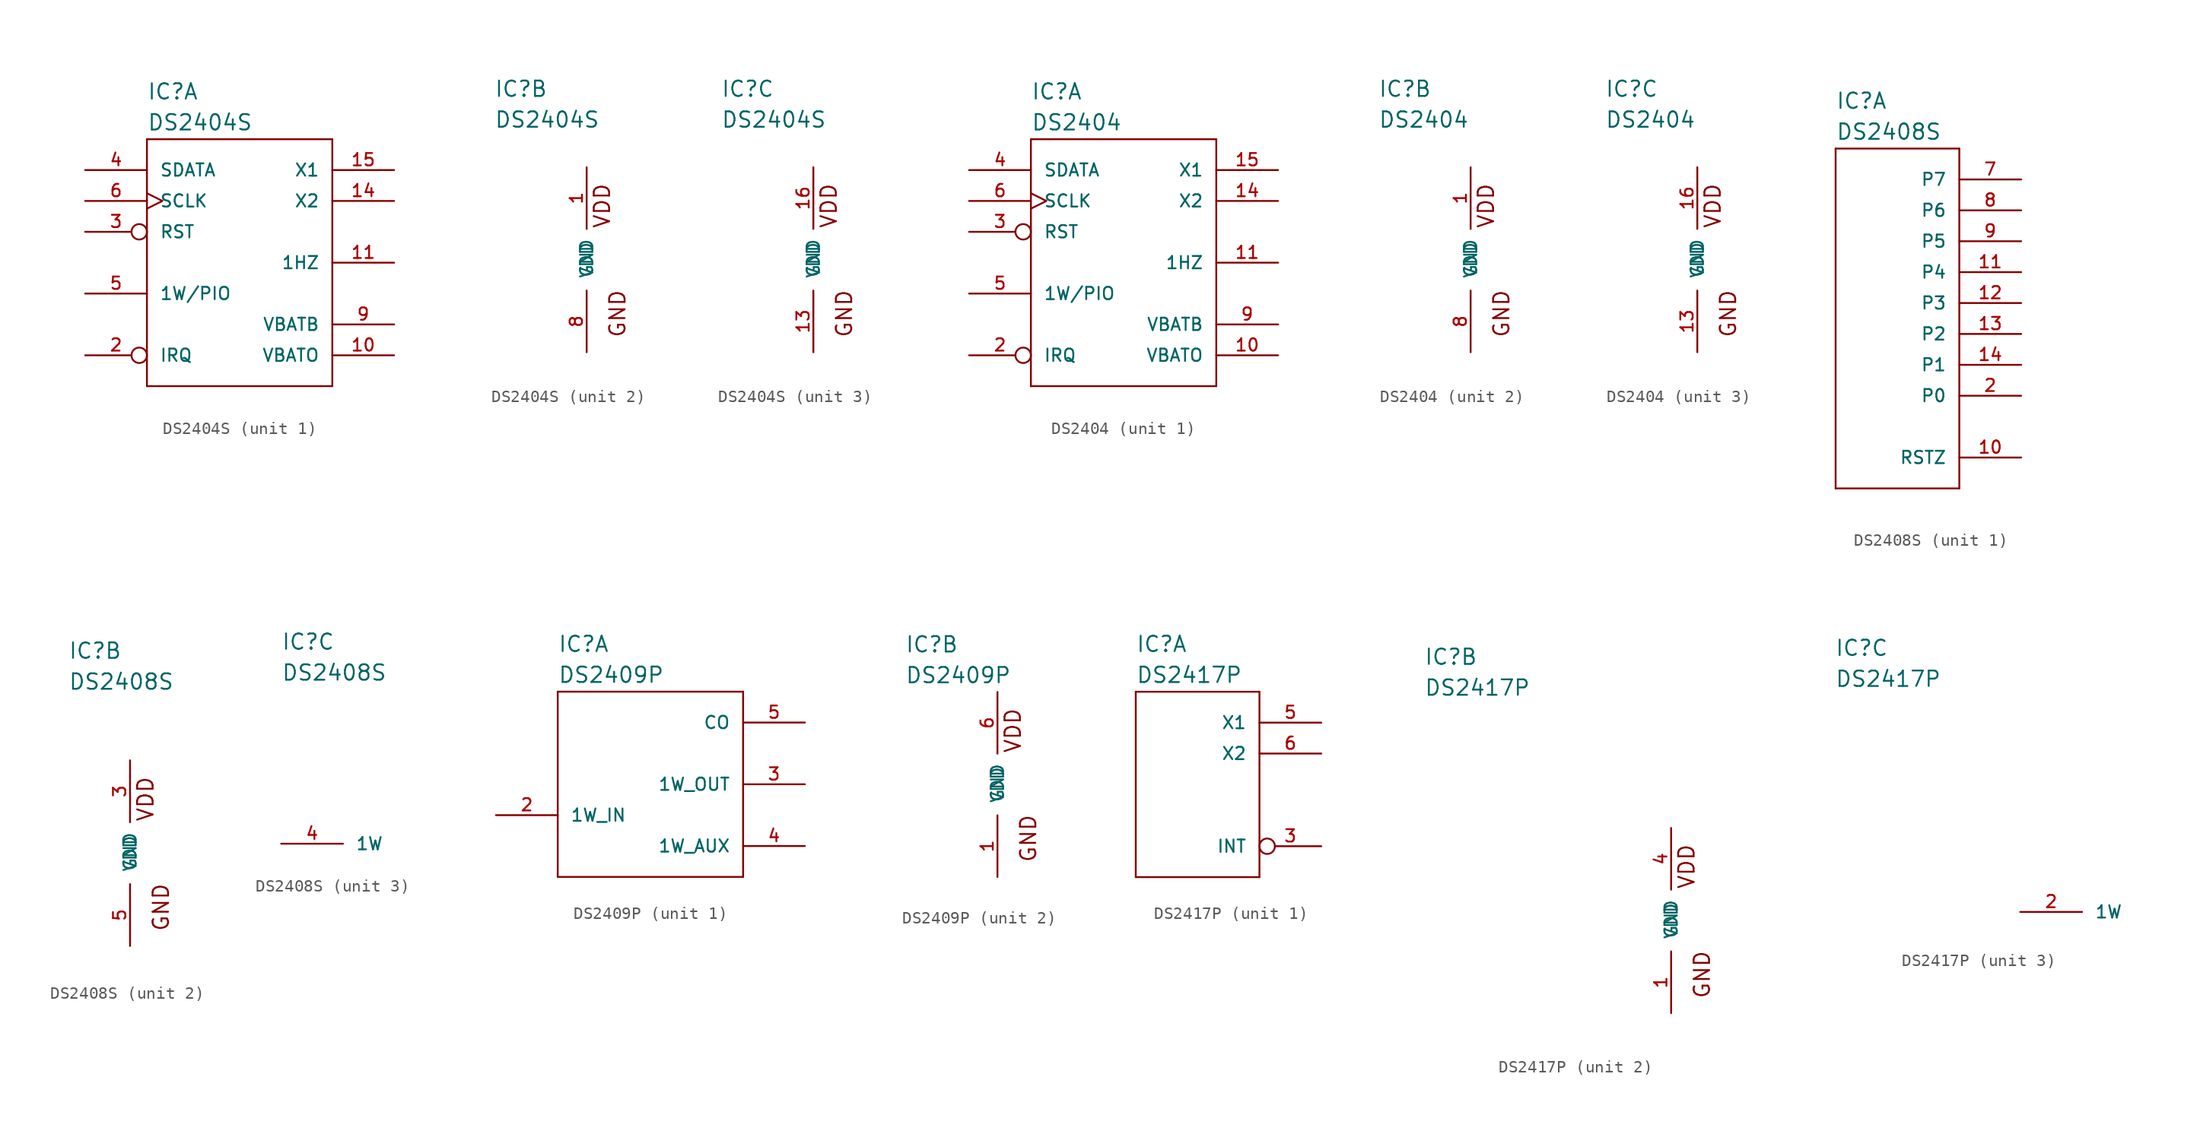
<source format=kicad_sym>
(kicad_symbol_lib
  (version 20220126)
  (generator kicad_symbol_editor)
  (symbol "DS2404S"
    (pin_names
      (offset 1.016))
    (property "Reference" "IC"
      (at -7.62 13.335 0)
      (effects (font (size 1.27 1.27)) (justify left bottom)))
    (property "Value" "DS2404S"
      (at -7.62 10.795 0)
      (effects (font (size 1.27 1.27)) (justify left bottom)))
    (property "ki_locked" ""
      (at 0 0 0)
      (effects (font (size 1.27 1.27))))
    (symbol "DS2404S_1_0"
      (polyline (pts (xy -7.62 -10.16) (xy -7.62 10.16)) (stroke (width 0) (type default)) (fill (type none)))
      (polyline (pts (xy -7.62 10.16) (xy 7.62 10.16)) (stroke (width 0) (type default)) (fill (type none)))
      (polyline (pts (xy 7.62 -10.16) (xy -7.62 -10.16)) (stroke (width 0) (type default)) (fill (type none)))
      (polyline (pts (xy 7.62 10.16) (xy 7.62 -10.16)) (stroke (width 0) (type default)) (fill (type none))))
    (symbol "DS2404S_1_1"
      (pin power_in line (at 12.7 -7.62 180) (length 5.08) (name "VBATO" (effects (font (size 1.016 1.016)))) (number "10" (effects (font (size 1.016 1.016)))))
      (pin output line (at 12.7 0 180) (length 5.08) (name "1HZ" (effects (font (size 1.016 1.016)))) (number "11" (effects (font (size 1.016 1.016)))))
      (pin passive line (at 12.7 5.08 180) (length 5.08) (name "X2" (effects (font (size 1.016 1.016)))) (number "14" (effects (font (size 1.016 1.016)))))
      (pin passive line (at 12.7 7.62 180) (length 5.08) (name "X1" (effects (font (size 1.016 1.016)))) (number "15" (effects (font (size 1.016 1.016)))))
      (pin output inverted (at -12.7 -7.62 0) (length 5.08) (name "IRQ" (effects (font (size 1.016 1.016)))) (number "2" (effects (font (size 1.016 1.016)))))
      (pin input inverted (at -12.7 2.54 0) (length 5.08) (name "RST" (effects (font (size 1.016 1.016)))) (number "3" (effects (font (size 1.016 1.016)))))
      (pin bidirectional line (at -12.7 7.62 0) (length 5.08) (name "SDATA" (effects (font (size 1.016 1.016)))) (number "4" (effects (font (size 1.016 1.016)))))
      (pin open_collector line (at -12.7 -2.54 0) (length 5.08) (name "1W/PIO" (effects (font (size 1.016 1.016)))) (number "5" (effects (font (size 1.016 1.016)))))
      (pin input clock (at -12.7 5.08 0) (length 5.08) (name "SCLK" (effects (font (size 1.016 1.016)))) (number "6" (effects (font (size 1.016 1.016)))))
      (pin power_in line (at 12.7 -5.08 180) (length 5.08) (name "VBATB" (effects (font (size 1.016 1.016)))) (number "9" (effects (font (size 1.016 1.016))))))
    (symbol "DS2404S_2_0"
      (text "GND" (at 2.54 -4.445 1) (effects (font (size 1.27 1.27))))
      (text "VDD" (at 1.27 4.445 1) (effects (font (size 1.27 1.27)))))
    (symbol "DS2404S_2_1"
      (pin power_in line (at 0 7.62 270) (length 5.08) (name "VDD" (effects (font (size 1.016 1.016)))) (number "1" (effects (font (size 1.016 1.016)))))
      (pin power_in line (at 0 -7.62 90) (length 5.08) (name "GND" (effects (font (size 1.016 1.016)))) (number "8" (effects (font (size 1.016 1.016))))))
    (symbol "DS2404S_3_0"
      (text "GND" (at 2.54 -4.445 1) (effects (font (size 1.27 1.27))))
      (text "VDD" (at 1.27 4.445 1) (effects (font (size 1.27 1.27)))))
    (symbol "DS2404S_3_1"
      (pin power_in line (at 0 -7.62 90) (length 5.08) (name "GND" (effects (font (size 1.016 1.016)))) (number "13" (effects (font (size 1.016 1.016)))))
      (pin power_in line (at 0 7.62 270) (length 5.08) (name "VDD" (effects (font (size 1.016 1.016)))) (number "16" (effects (font (size 1.016 1.016)))))))
  (symbol "DS2404"
    (pin_names
      (offset 1.016))
    (property "Reference" "IC"
      (at -7.62 13.335 0)
      (effects (font (size 1.27 1.27)) (justify left bottom)))
    (property "Value" "DS2404"
      (at -7.62 10.795 0)
      (effects (font (size 1.27 1.27)) (justify left bottom)))
    (property "ki_locked" ""
      (at 0 0 0)
      (effects (font (size 1.27 1.27))))
    (symbol "DS2404_1_0"
      (polyline (pts (xy -7.62 -10.16) (xy -7.62 10.16)) (stroke (width 0) (type default)) (fill (type none)))
      (polyline (pts (xy -7.62 10.16) (xy 7.62 10.16)) (stroke (width 0) (type default)) (fill (type none)))
      (polyline (pts (xy 7.62 -10.16) (xy -7.62 -10.16)) (stroke (width 0) (type default)) (fill (type none)))
      (polyline (pts (xy 7.62 10.16) (xy 7.62 -10.16)) (stroke (width 0) (type default)) (fill (type none))))
    (symbol "DS2404_1_1"
      (pin power_in line (at 12.7 -7.62 180) (length 5.08) (name "VBATO" (effects (font (size 1.016 1.016)))) (number "10" (effects (font (size 1.016 1.016)))))
      (pin output line (at 12.7 0 180) (length 5.08) (name "1HZ" (effects (font (size 1.016 1.016)))) (number "11" (effects (font (size 1.016 1.016)))))
      (pin passive line (at 12.7 5.08 180) (length 5.08) (name "X2" (effects (font (size 1.016 1.016)))) (number "14" (effects (font (size 1.016 1.016)))))
      (pin passive line (at 12.7 7.62 180) (length 5.08) (name "X1" (effects (font (size 1.016 1.016)))) (number "15" (effects (font (size 1.016 1.016)))))
      (pin output inverted (at -12.7 -7.62 0) (length 5.08) (name "IRQ" (effects (font (size 1.016 1.016)))) (number "2" (effects (font (size 1.016 1.016)))))
      (pin input inverted (at -12.7 2.54 0) (length 5.08) (name "RST" (effects (font (size 1.016 1.016)))) (number "3" (effects (font (size 1.016 1.016)))))
      (pin bidirectional line (at -12.7 7.62 0) (length 5.08) (name "SDATA" (effects (font (size 1.016 1.016)))) (number "4" (effects (font (size 1.016 1.016)))))
      (pin open_collector line (at -12.7 -2.54 0) (length 5.08) (name "1W/PIO" (effects (font (size 1.016 1.016)))) (number "5" (effects (font (size 1.016 1.016)))))
      (pin input clock (at -12.7 5.08 0) (length 5.08) (name "SCLK" (effects (font (size 1.016 1.016)))) (number "6" (effects (font (size 1.016 1.016)))))
      (pin power_in line (at 12.7 -5.08 180) (length 5.08) (name "VBATB" (effects (font (size 1.016 1.016)))) (number "9" (effects (font (size 1.016 1.016))))))
    (symbol "DS2404_2_0"
      (text "GND" (at 2.54 -4.445 1) (effects (font (size 1.27 1.27))))
      (text "VDD" (at 1.27 4.445 1) (effects (font (size 1.27 1.27)))))
    (symbol "DS2404_2_1"
      (pin power_in line (at 0 7.62 270) (length 5.08) (name "VDD" (effects (font (size 1.016 1.016)))) (number "1" (effects (font (size 1.016 1.016)))))
      (pin power_in line (at 0 -7.62 90) (length 5.08) (name "GND" (effects (font (size 1.016 1.016)))) (number "8" (effects (font (size 1.016 1.016))))))
    (symbol "DS2404_3_0"
      (text "GND" (at 2.54 -4.445 1) (effects (font (size 1.27 1.27))))
      (text "VDD" (at 1.27 4.445 1) (effects (font (size 1.27 1.27)))))
    (symbol "DS2404_3_1"
      (pin power_in line (at 0 -7.62 90) (length 5.08) (name "GND" (effects (font (size 1.016 1.016)))) (number "13" (effects (font (size 1.016 1.016)))))
      (pin power_in line (at 0 7.62 270) (length 5.08) (name "VDD" (effects (font (size 1.016 1.016)))) (number "16" (effects (font (size 1.016 1.016)))))))
  (symbol "DS2408S"
    (pin_names
      (offset 1.016))
    (property "Reference" "IC"
      (at -5.08 15.875 0)
      (effects (font (size 1.27 1.27)) (justify left bottom)))
    (property "Value" "DS2408S"
      (at -5.08 13.335 0)
      (effects (font (size 1.27 1.27)) (justify left bottom)))
    (property "ki_locked" ""
      (at 0 0 0)
      (effects (font (size 1.27 1.27))))
    (symbol "DS2408S_1_0"
      (polyline (pts (xy -5.08 -15.24) (xy -5.08 12.7)) (stroke (width 0) (type default)) (fill (type none)))
      (polyline (pts (xy -5.08 12.7) (xy 5.08 12.7)) (stroke (width 0) (type default)) (fill (type none)))
      (polyline (pts (xy 5.08 -15.24) (xy -5.08 -15.24)) (stroke (width 0) (type default)) (fill (type none)))
      (polyline (pts (xy 5.08 12.7) (xy 5.08 -15.24)) (stroke (width 0) (type default)) (fill (type none))))
    (symbol "DS2408S_1_1"
      (pin open_collector line (at 10.16 -12.7 180) (length 5.08) (name "RSTZ" (effects (font (size 1.016 1.016)))) (number "10" (effects (font (size 1.016 1.016)))))
      (pin open_collector line (at 10.16 2.54 180) (length 5.08) (name "P4" (effects (font (size 1.016 1.016)))) (number "11" (effects (font (size 1.016 1.016)))))
      (pin open_collector line (at 10.16 0 180) (length 5.08) (name "P3" (effects (font (size 1.016 1.016)))) (number "12" (effects (font (size 1.016 1.016)))))
      (pin open_collector line (at 10.16 -2.54 180) (length 5.08) (name "P2" (effects (font (size 1.016 1.016)))) (number "13" (effects (font (size 1.016 1.016)))))
      (pin open_collector line (at 10.16 -5.08 180) (length 5.08) (name "P1" (effects (font (size 1.016 1.016)))) (number "14" (effects (font (size 1.016 1.016)))))
      (pin open_collector line (at 10.16 -7.62 180) (length 5.08) (name "P0" (effects (font (size 1.016 1.016)))) (number "2" (effects (font (size 1.016 1.016)))))
      (pin open_collector line (at 10.16 10.16 180) (length 5.08) (name "P7" (effects (font (size 1.016 1.016)))) (number "7" (effects (font (size 1.016 1.016)))))
      (pin open_collector line (at 10.16 7.62 180) (length 5.08) (name "P6" (effects (font (size 1.016 1.016)))) (number "8" (effects (font (size 1.016 1.016)))))
      (pin open_collector line (at 10.16 5.08 180) (length 5.08) (name "P5" (effects (font (size 1.016 1.016)))) (number "9" (effects (font (size 1.016 1.016))))))
    (symbol "DS2408S_2_0"
      (text "GND" (at 2.54 -4.445 1) (effects (font (size 1.27 1.27))))
      (text "VDD" (at 1.27 4.445 1) (effects (font (size 1.27 1.27)))))
    (symbol "DS2408S_2_1"
      (pin power_in line (at 0 7.62 270) (length 5.08) (name "VDD" (effects (font (size 1.016 1.016)))) (number "3" (effects (font (size 1.016 1.016)))))
      (pin power_in line (at 0 -7.62 90) (length 5.08) (name "GND" (effects (font (size 1.016 1.016)))) (number "5" (effects (font (size 1.016 1.016))))))
    (symbol "DS2408S_3_1"
      (pin power_in line (at -5.08 0 0) (length 5.08) (name "1W" (effects (font (size 1.016 1.016)))) (number "4" (effects (font (size 1.016 1.016)))))))
  (symbol "DS2409P"
    (pin_names
      (offset 1.016))
    (property "Reference" "IC"
      (at -7.62 10.795 0)
      (effects (font (size 1.27 1.27)) (justify left bottom)))
    (property "Value" "DS2409P"
      (at -7.62 8.255 0)
      (effects (font (size 1.27 1.27)) (justify left bottom)))
    (property "ki_locked" ""
      (at 0 0 0)
      (effects (font (size 1.27 1.27))))
    (symbol "DS2409P_1_0"
      (polyline (pts (xy -7.62 -7.62) (xy -7.62 7.62)) (stroke (width 0) (type default)) (fill (type none)))
      (polyline (pts (xy -7.62 7.62) (xy 7.62 7.62)) (stroke (width 0) (type default)) (fill (type none)))
      (polyline (pts (xy 7.62 -7.62) (xy -7.62 -7.62)) (stroke (width 0) (type default)) (fill (type none)))
      (polyline (pts (xy 7.62 7.62) (xy 7.62 -7.62)) (stroke (width 0) (type default)) (fill (type none))))
    (symbol "DS2409P_1_1"
      (pin open_collector line (at -12.7 -2.54 0) (length 5.08) (name "1W_IN" (effects (font (size 1.016 1.016)))) (number "2" (effects (font (size 1.016 1.016)))))
      (pin open_collector line (at 12.7 0 180) (length 5.08) (name "1W_OUT" (effects (font (size 1.016 1.016)))) (number "3" (effects (font (size 1.016 1.016)))))
      (pin open_collector line (at 12.7 -5.08 180) (length 5.08) (name "1W_AUX" (effects (font (size 1.016 1.016)))) (number "4" (effects (font (size 1.016 1.016)))))
      (pin open_collector line (at 12.7 5.08 180) (length 5.08) (name "CO" (effects (font (size 1.016 1.016)))) (number "5" (effects (font (size 1.016 1.016))))))
    (symbol "DS2409P_2_0"
      (text "GND" (at 2.54 -4.445 1) (effects (font (size 1.27 1.27))))
      (text "VDD" (at 1.27 4.445 1) (effects (font (size 1.27 1.27)))))
    (symbol "DS2409P_2_1"
      (pin power_in line (at 0 -7.62 90) (length 5.08) (name "GND" (effects (font (size 1.016 1.016)))) (number "1" (effects (font (size 1.016 1.016)))))
      (pin power_in line (at 0 7.62 270) (length 5.08) (name "VDD" (effects (font (size 1.016 1.016)))) (number "6" (effects (font (size 1.016 1.016)))))))
  (symbol "DS2417P"
    (pin_names
      (offset 1.016))
    (property "Reference" "IC"
      (at -20.32 20.955 0)
      (effects (font (size 1.27 1.27)) (justify left bottom)))
    (property "Value" "DS2417P"
      (at -20.32 18.415 0)
      (effects (font (size 1.27 1.27)) (justify left bottom)))
    (property "ki_locked" ""
      (at 0 0 0)
      (effects (font (size 1.27 1.27))))
    (symbol "DS2417P_1_0"
      (polyline (pts (xy -20.32 2.54) (xy -20.32 17.78)) (stroke (width 0) (type default)) (fill (type none)))
      (polyline (pts (xy -20.32 17.78) (xy -10.16 17.78)) (stroke (width 0) (type default)) (fill (type none)))
      (polyline (pts (xy -10.16 2.54) (xy -20.32 2.54)) (stroke (width 0) (type default)) (fill (type none)))
      (polyline (pts (xy -10.16 17.78) (xy -10.16 2.54)) (stroke (width 0) (type default)) (fill (type none))))
    (symbol "DS2417P_1_1"
      (pin open_collector inverted (at -5.08 5.08 180) (length 5.08) (name "INT" (effects (font (size 1.016 1.016)))) (number "3" (effects (font (size 1.016 1.016)))))
      (pin passive line (at -5.08 15.24 180) (length 5.08) (name "X1" (effects (font (size 1.016 1.016)))) (number "5" (effects (font (size 1.016 1.016)))))
      (pin passive line (at -5.08 12.7 180) (length 5.08) (name "X2" (effects (font (size 1.016 1.016)))) (number "6" (effects (font (size 1.016 1.016))))))
    (symbol "DS2417P_2_0"
      (text "GND" (at 2.54 -4.445 1) (effects (font (size 1.27 1.27))))
      (text "VDD" (at 1.27 4.445 1) (effects (font (size 1.27 1.27)))))
    (symbol "DS2417P_2_1"
      (pin power_in line (at 0 -7.62 90) (length 5.08) (name "GND" (effects (font (size 1.016 1.016)))) (number "1" (effects (font (size 1.016 1.016)))))
      (pin power_in line (at 0 7.62 270) (length 5.08) (name "VDD" (effects (font (size 1.016 1.016)))) (number "4" (effects (font (size 1.016 1.016))))))
    (symbol "DS2417P_3_1"
      (pin power_in line (at -5.08 0 0) (length 5.08) (name "1W" (effects (font (size 1.016 1.016)))) (number "2" (effects (font (size 1.016 1.016))))))))
</source>
